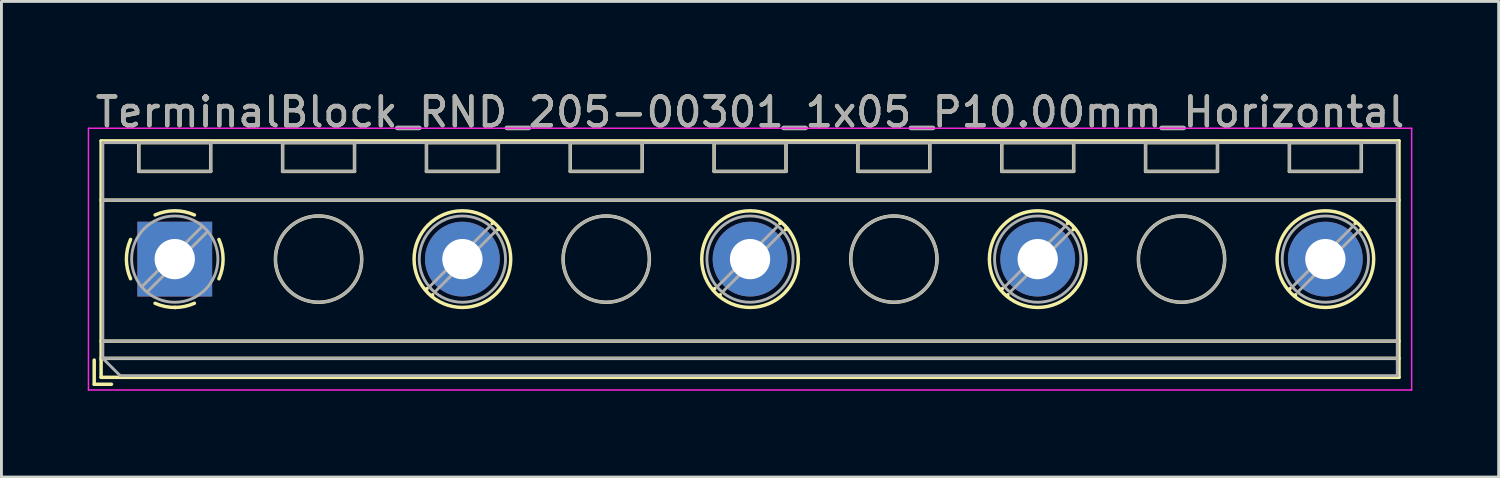
<source format=kicad_pcb>
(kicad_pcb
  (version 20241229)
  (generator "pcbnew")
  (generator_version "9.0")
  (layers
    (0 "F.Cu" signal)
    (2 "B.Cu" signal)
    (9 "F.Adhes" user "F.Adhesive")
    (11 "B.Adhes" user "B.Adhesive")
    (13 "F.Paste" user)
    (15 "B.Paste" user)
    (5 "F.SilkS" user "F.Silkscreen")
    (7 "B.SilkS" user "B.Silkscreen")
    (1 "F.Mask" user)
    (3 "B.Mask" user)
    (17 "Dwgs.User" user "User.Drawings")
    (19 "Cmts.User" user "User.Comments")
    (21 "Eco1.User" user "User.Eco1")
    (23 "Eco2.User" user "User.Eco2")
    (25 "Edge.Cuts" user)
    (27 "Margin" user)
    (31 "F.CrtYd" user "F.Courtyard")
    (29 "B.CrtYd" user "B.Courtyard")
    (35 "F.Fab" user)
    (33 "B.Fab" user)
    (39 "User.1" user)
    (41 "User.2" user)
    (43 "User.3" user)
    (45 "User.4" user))
  (footprint "TerminalBlock_RND_205-00301_1x05_P10.00mm_Horizontal"
    (layer "F.Cu")
    (at 3.025 5.958)
    (property "Reference" "TerminalBlock_RND_205-00301_1x05_P10.00mm_Horizontal" (at 20 -5.11 0) (layer "F.SilkS") (effects (font (size 1 1) (thickness 0.15))))
    (attr through_hole)
    (fp_line (start -2.8 3.51) (end -2.8 4.35) (stroke (width 0.12) (type solid)) (layer "F.SilkS"))
    (fp_line (start -2.8 4.35) (end -2.2 4.35) (stroke (width 0.12) (type solid)) (layer "F.SilkS"))
    (fp_line (start -2.56 -4.11) (end -2.56 4.11) (stroke (width 0.12) (type solid)) (layer "F.SilkS"))
    (fp_line (start -2.56 -4.11) (end 42.56 -4.11) (stroke (width 0.12) (type solid)) (layer "F.SilkS"))
    (fp_line (start -2.56 -2.05) (end 42.56 -2.05) (stroke (width 0.12) (type solid)) (layer "F.SilkS"))
    (fp_line (start -2.56 2.85) (end 42.56 2.85) (stroke (width 0.12) (type solid)) (layer "F.SilkS"))
    (fp_line (start -2.56 3.45) (end 42.56 3.45) (stroke (width 0.12) (type solid)) (layer "F.SilkS"))
    (fp_line (start -2.56 4.11) (end 42.56 4.11) (stroke (width 0.12) (type solid)) (layer "F.SilkS"))
    (fp_line (start -1.25 -4.05) (end -1.25 -3.05) (stroke (width 0.12) (type solid)) (layer "F.SilkS"))
    (fp_line (start -1.25 -4.05) (end 1.25 -4.05) (stroke (width 0.12) (type solid)) (layer "F.SilkS"))
    (fp_line (start -1.25 -3.05) (end 1.25 -3.05) (stroke (width 0.12) (type solid)) (layer "F.SilkS"))
    (fp_line (start 1.25 -4.05) (end 1.25 -3.05) (stroke (width 0.12) (type solid)) (layer "F.SilkS"))
    (fp_line (start 3.75 -4.05) (end 3.75 -3.05) (stroke (width 0.12) (type solid)) (layer "F.SilkS"))
    (fp_line (start 3.75 -4.05) (end 6.25 -4.05) (stroke (width 0.12) (type solid)) (layer "F.SilkS"))
    (fp_line (start 3.75 -3.05) (end 6.25 -3.05) (stroke (width 0.12) (type solid)) (layer "F.SilkS"))
    (fp_line (start 6.25 -4.05) (end 6.25 -3.05) (stroke (width 0.12) (type solid)) (layer "F.SilkS"))
    (fp_line (start 8.75 -4.05) (end 8.75 -3.05) (stroke (width 0.12) (type solid)) (layer "F.SilkS"))
    (fp_line (start 8.75 -4.05) (end 11.25 -4.05) (stroke (width 0.12) (type solid)) (layer "F.SilkS"))
    (fp_line (start 8.75 -3.05) (end 11.25 -3.05) (stroke (width 0.12) (type solid)) (layer "F.SilkS"))
    (fp_line (start 8.773 1.023) (end 8.726 1.069) (stroke (width 0.12) (type solid)) (layer "F.SilkS"))
    (fp_line (start 8.966 1.239) (end 8.931 1.274) (stroke (width 0.12) (type solid)) (layer "F.SilkS"))
    (fp_line (start 11.07 -1.275) (end 11.035 -1.239) (stroke (width 0.12) (type solid)) (layer "F.SilkS"))
    (fp_line (start 11.25 -4.05) (end 11.25 -3.05) (stroke (width 0.12) (type solid)) (layer "F.SilkS"))
    (fp_line (start 11.275 -1.069) (end 11.228 -1.023) (stroke (width 0.12) (type solid)) (layer "F.SilkS"))
    (fp_line (start 13.75 -4.05) (end 13.75 -3.05) (stroke (width 0.12) (type solid)) (layer "F.SilkS"))
    (fp_line (start 13.75 -4.05) (end 16.25 -4.05) (stroke (width 0.12) (type solid)) (layer "F.SilkS"))
    (fp_line (start 13.75 -3.05) (end 16.25 -3.05) (stroke (width 0.12) (type solid)) (layer "F.SilkS"))
    (fp_line (start 16.25 -4.05) (end 16.25 -3.05) (stroke (width 0.12) (type solid)) (layer "F.SilkS"))
    (fp_line (start 18.75 -4.05) (end 18.75 -3.05) (stroke (width 0.12) (type solid)) (layer "F.SilkS"))
    (fp_line (start 18.75 -4.05) (end 21.25 -4.05) (stroke (width 0.12) (type solid)) (layer "F.SilkS"))
    (fp_line (start 18.75 -3.05) (end 21.25 -3.05) (stroke (width 0.12) (type solid)) (layer "F.SilkS"))
    (fp_line (start 18.773 1.023) (end 18.726 1.069) (stroke (width 0.12) (type solid)) (layer "F.SilkS"))
    (fp_line (start 18.966 1.239) (end 18.931 1.274) (stroke (width 0.12) (type solid)) (layer "F.SilkS"))
    (fp_line (start 21.07 -1.275) (end 21.035 -1.239) (stroke (width 0.12) (type solid)) (layer "F.SilkS"))
    (fp_line (start 21.25 -4.05) (end 21.25 -3.05) (stroke (width 0.12) (type solid)) (layer "F.SilkS"))
    (fp_line (start 21.275 -1.069) (end 21.228 -1.023) (stroke (width 0.12) (type solid)) (layer "F.SilkS"))
    (fp_line (start 23.75 -4.05) (end 23.75 -3.05) (stroke (width 0.12) (type solid)) (layer "F.SilkS"))
    (fp_line (start 23.75 -4.05) (end 26.25 -4.05) (stroke (width 0.12) (type solid)) (layer "F.SilkS"))
    (fp_line (start 23.75 -3.05) (end 26.25 -3.05) (stroke (width 0.12) (type solid)) (layer "F.SilkS"))
    (fp_line (start 26.25 -4.05) (end 26.25 -3.05) (stroke (width 0.12) (type solid)) (layer "F.SilkS"))
    (fp_line (start 28.75 -4.05) (end 28.75 -3.05) (stroke (width 0.12) (type solid)) (layer "F.SilkS"))
    (fp_line (start 28.75 -4.05) (end 31.25 -4.05) (stroke (width 0.12) (type solid)) (layer "F.SilkS"))
    (fp_line (start 28.75 -3.05) (end 31.25 -3.05) (stroke (width 0.12) (type solid)) (layer "F.SilkS"))
    (fp_line (start 28.773 1.023) (end 28.726 1.069) (stroke (width 0.12) (type solid)) (layer "F.SilkS"))
    (fp_line (start 28.966 1.239) (end 28.931 1.274) (stroke (width 0.12) (type solid)) (layer "F.SilkS"))
    (fp_line (start 31.07 -1.275) (end 31.035 -1.239) (stroke (width 0.12) (type solid)) (layer "F.SilkS"))
    (fp_line (start 31.25 -4.05) (end 31.25 -3.05) (stroke (width 0.12) (type solid)) (layer "F.SilkS"))
    (fp_line (start 31.275 -1.069) (end 31.228 -1.023) (stroke (width 0.12) (type solid)) (layer "F.SilkS"))
    (fp_line (start 33.75 -4.05) (end 33.75 -3.05) (stroke (width 0.12) (type solid)) (layer "F.SilkS"))
    (fp_line (start 33.75 -4.05) (end 36.25 -4.05) (stroke (width 0.12) (type solid)) (layer "F.SilkS"))
    (fp_line (start 33.75 -3.05) (end 36.25 -3.05) (stroke (width 0.12) (type solid)) (layer "F.SilkS"))
    (fp_line (start 36.25 -4.05) (end 36.25 -3.05) (stroke (width 0.12) (type solid)) (layer "F.SilkS"))
    (fp_line (start 38.75 -4.05) (end 38.75 -3.05) (stroke (width 0.12) (type solid)) (layer "F.SilkS"))
    (fp_line (start 38.75 -4.05) (end 41.25 -4.05) (stroke (width 0.12) (type solid)) (layer "F.SilkS"))
    (fp_line (start 38.75 -3.05) (end 41.25 -3.05) (stroke (width 0.12) (type solid)) (layer "F.SilkS"))
    (fp_line (start 38.773 1.023) (end 38.726 1.069) (stroke (width 0.12) (type solid)) (layer "F.SilkS"))
    (fp_line (start 38.966 1.239) (end 38.931 1.274) (stroke (width 0.12) (type solid)) (layer "F.SilkS"))
    (fp_line (start 41.07 -1.275) (end 41.035 -1.239) (stroke (width 0.12) (type solid)) (layer "F.SilkS"))
    (fp_line (start 41.25 -4.05) (end 41.25 -3.05) (stroke (width 0.12) (type solid)) (layer "F.SilkS"))
    (fp_line (start 41.275 -1.069) (end 41.228 -1.023) (stroke (width 0.12) (type solid)) (layer "F.SilkS"))
    (fp_line (start 42.56 -4.11) (end 42.56 4.11) (stroke (width 0.12) (type solid)) (layer "F.SilkS"))
    (fp_arc (start -1.535427 0.683042) (mid -1.680501 -0.000524) (end -1.535 -0.684) (stroke (width 0.12) (type solid)) (layer "F.SilkS"))
    (fp_arc (start -0.683042 -1.535427) (mid 0.000524 -1.680501) (end 0.684 -1.535) (stroke (width 0.12) (type solid)) (layer "F.SilkS"))
    (fp_arc (start 0.028805 1.680253) (mid -0.335551 1.646659) (end -0.684 1.535) (stroke (width 0.12) (type solid)) (layer "F.SilkS"))
    (fp_arc (start 0.683318 1.534756) (mid 0.349292 1.643288) (end 0 1.68) (stroke (width 0.12) (type solid)) (layer "F.SilkS"))
    (fp_arc (start 1.535427 -0.683042) (mid 1.680501 0.000524) (end 1.535 0.684) (stroke (width 0.12) (type solid)) (layer "F.SilkS"))
    (fp_circle (center 5 0) (end 6.5 0) (stroke (width 0.12) (type solid)) (fill no) (layer "F.SilkS"))
    (fp_circle (center 10 0) (end 11.68 0) (stroke (width 0.12) (type solid)) (fill no) (layer "F.SilkS"))
    (fp_circle (center 15 0) (end 16.5 0) (stroke (width 0.12) (type solid)) (fill no) (layer "F.SilkS"))
    (fp_circle (center 20 0) (end 21.68 0) (stroke (width 0.12) (type solid)) (fill no) (layer "F.SilkS"))
    (fp_circle (center 25 0) (end 26.5 0) (stroke (width 0.12) (type solid)) (fill no) (layer "F.SilkS"))
    (fp_circle (center 30 0) (end 31.68 0) (stroke (width 0.12) (type solid)) (fill no) (layer "F.SilkS"))
    (fp_circle (center 35 0) (end 36.5 0) (stroke (width 0.12) (type solid)) (fill no) (layer "F.SilkS"))
    (fp_circle (center 40 0) (end 41.68 0) (stroke (width 0.12) (type solid)) (fill no) (layer "F.SilkS"))
    (fp_line (start -3 -4.55) (end -3 4.55) (stroke (width 0.05) (type solid)) (layer "F.CrtYd"))
    (fp_line (start -3 4.55) (end 43 4.55) (stroke (width 0.05) (type solid)) (layer "F.CrtYd"))
    (fp_line (start 43 -4.55) (end -3 -4.55) (stroke (width 0.05) (type solid)) (layer "F.CrtYd"))
    (fp_line (start 43 4.55) (end 43 -4.55) (stroke (width 0.05) (type solid)) (layer "F.CrtYd"))
    (fp_line (start -2.5 -4.05) (end 42.5 -4.05) (stroke (width 0.1) (type solid)) (layer "F.Fab"))
    (fp_line (start -2.5 -2.05) (end 42.5 -2.05) (stroke (width 0.1) (type solid)) (layer "F.Fab"))
    (fp_line (start -2.5 2.85) (end 42.5 2.85) (stroke (width 0.1) (type solid)) (layer "F.Fab"))
    (fp_line (start -2.5 3.45) (end -2.5 -4.05) (stroke (width 0.1) (type solid)) (layer "F.Fab"))
    (fp_line (start -2.5 3.45) (end 42.5 3.45) (stroke (width 0.1) (type solid)) (layer "F.Fab"))
    (fp_line (start -1.9 4.05) (end -2.5 3.45) (stroke (width 0.1) (type solid)) (layer "F.Fab"))
    (fp_line (start -1.25 -4.05) (end -1.25 -3.05) (stroke (width 0.1) (type solid)) (layer "F.Fab"))
    (fp_line (start -1.25 -3.05) (end 1.25 -3.05) (stroke (width 0.1) (type solid)) (layer "F.Fab"))
    (fp_line (start 0.955 -1.138) (end -1.138 0.955) (stroke (width 0.1) (type solid)) (layer "F.Fab"))
    (fp_line (start 1.138 -0.955) (end -0.955 1.138) (stroke (width 0.1) (type solid)) (layer "F.Fab"))
    (fp_line (start 1.25 -4.05) (end -1.25 -4.05) (stroke (width 0.1) (type solid)) (layer "F.Fab"))
    (fp_line (start 1.25 -3.05) (end 1.25 -4.05) (stroke (width 0.1) (type solid)) (layer "F.Fab"))
    (fp_line (start 3.75 -4.05) (end 3.75 -3.05) (stroke (width 0.1) (type solid)) (layer "F.Fab"))
    (fp_line (start 3.75 -3.05) (end 6.25 -3.05) (stroke (width 0.1) (type solid)) (layer "F.Fab"))
    (fp_line (start 6.25 -4.05) (end 3.75 -4.05) (stroke (width 0.1) (type solid)) (layer "F.Fab"))
    (fp_line (start 6.25 -3.05) (end 6.25 -4.05) (stroke (width 0.1) (type solid)) (layer "F.Fab"))
    (fp_line (start 8.75 -4.05) (end 8.75 -3.05) (stroke (width 0.1) (type solid)) (layer "F.Fab"))
    (fp_line (start 8.75 -3.05) (end 11.25 -3.05) (stroke (width 0.1) (type solid)) (layer "F.Fab"))
    (fp_line (start 10.955 -1.138) (end 8.863 0.955) (stroke (width 0.1) (type solid)) (layer "F.Fab"))
    (fp_line (start 11.138 -0.955) (end 9.046 1.138) (stroke (width 0.1) (type solid)) (layer "F.Fab"))
    (fp_line (start 11.25 -4.05) (end 8.75 -4.05) (stroke (width 0.1) (type solid)) (layer "F.Fab"))
    (fp_line (start 11.25 -3.05) (end 11.25 -4.05) (stroke (width 0.1) (type solid)) (layer "F.Fab"))
    (fp_line (start 13.75 -4.05) (end 13.75 -3.05) (stroke (width 0.1) (type solid)) (layer "F.Fab"))
    (fp_line (start 13.75 -3.05) (end 16.25 -3.05) (stroke (width 0.1) (type solid)) (layer "F.Fab"))
    (fp_line (start 16.25 -4.05) (end 13.75 -4.05) (stroke (width 0.1) (type solid)) (layer "F.Fab"))
    (fp_line (start 16.25 -3.05) (end 16.25 -4.05) (stroke (width 0.1) (type solid)) (layer "F.Fab"))
    (fp_line (start 18.75 -4.05) (end 18.75 -3.05) (stroke (width 0.1) (type solid)) (layer "F.Fab"))
    (fp_line (start 18.75 -3.05) (end 21.25 -3.05) (stroke (width 0.1) (type solid)) (layer "F.Fab"))
    (fp_line (start 20.955 -1.138) (end 18.863 0.955) (stroke (width 0.1) (type solid)) (layer "F.Fab"))
    (fp_line (start 21.138 -0.955) (end 19.046 1.138) (stroke (width 0.1) (type solid)) (layer "F.Fab"))
    (fp_line (start 21.25 -4.05) (end 18.75 -4.05) (stroke (width 0.1) (type solid)) (layer "F.Fab"))
    (fp_line (start 21.25 -3.05) (end 21.25 -4.05) (stroke (width 0.1) (type solid)) (layer "F.Fab"))
    (fp_line (start 23.75 -4.05) (end 23.75 -3.05) (stroke (width 0.1) (type solid)) (layer "F.Fab"))
    (fp_line (start 23.75 -3.05) (end 26.25 -3.05) (stroke (width 0.1) (type solid)) (layer "F.Fab"))
    (fp_line (start 26.25 -4.05) (end 23.75 -4.05) (stroke (width 0.1) (type solid)) (layer "F.Fab"))
    (fp_line (start 26.25 -3.05) (end 26.25 -4.05) (stroke (width 0.1) (type solid)) (layer "F.Fab"))
    (fp_line (start 28.75 -4.05) (end 28.75 -3.05) (stroke (width 0.1) (type solid)) (layer "F.Fab"))
    (fp_line (start 28.75 -3.05) (end 31.25 -3.05) (stroke (width 0.1) (type solid)) (layer "F.Fab"))
    (fp_line (start 30.955 -1.138) (end 28.863 0.955) (stroke (width 0.1) (type solid)) (layer "F.Fab"))
    (fp_line (start 31.138 -0.955) (end 29.046 1.138) (stroke (width 0.1) (type solid)) (layer "F.Fab"))
    (fp_line (start 31.25 -4.05) (end 28.75 -4.05) (stroke (width 0.1) (type solid)) (layer "F.Fab"))
    (fp_line (start 31.25 -3.05) (end 31.25 -4.05) (stroke (width 0.1) (type solid)) (layer "F.Fab"))
    (fp_line (start 33.75 -4.05) (end 33.75 -3.05) (stroke (width 0.1) (type solid)) (layer "F.Fab"))
    (fp_line (start 33.75 -3.05) (end 36.25 -3.05) (stroke (width 0.1) (type solid)) (layer "F.Fab"))
    (fp_line (start 36.25 -4.05) (end 33.75 -4.05) (stroke (width 0.1) (type solid)) (layer "F.Fab"))
    (fp_line (start 36.25 -3.05) (end 36.25 -4.05) (stroke (width 0.1) (type solid)) (layer "F.Fab"))
    (fp_line (start 38.75 -4.05) (end 38.75 -3.05) (stroke (width 0.1) (type solid)) (layer "F.Fab"))
    (fp_line (start 38.75 -3.05) (end 41.25 -3.05) (stroke (width 0.1) (type solid)) (layer "F.Fab"))
    (fp_line (start 40.955 -1.138) (end 38.863 0.955) (stroke (width 0.1) (type solid)) (layer "F.Fab"))
    (fp_line (start 41.138 -0.955) (end 39.046 1.138) (stroke (width 0.1) (type solid)) (layer "F.Fab"))
    (fp_line (start 41.25 -4.05) (end 38.75 -4.05) (stroke (width 0.1) (type solid)) (layer "F.Fab"))
    (fp_line (start 41.25 -3.05) (end 41.25 -4.05) (stroke (width 0.1) (type solid)) (layer "F.Fab"))
    (fp_line (start 42.5 -4.05) (end 42.5 4.05) (stroke (width 0.1) (type solid)) (layer "F.Fab"))
    (fp_line (start 42.5 4.05) (end -1.9 4.05) (stroke (width 0.1) (type solid)) (layer "F.Fab"))
    (fp_circle (center 0 0) (end 1.5 0) (stroke (width 0.1) (type solid)) (fill no) (layer "F.Fab"))
    (fp_circle (center 5 0) (end 6.5 0) (stroke (width 0.1) (type solid)) (fill no) (layer "F.Fab"))
    (fp_circle (center 10 0) (end 11.5 0) (stroke (width 0.1) (type solid)) (fill no) (layer "F.Fab"))
    (fp_circle (center 15 0) (end 16.5 0) (stroke (width 0.1) (type solid)) (fill no) (layer "F.Fab"))
    (fp_circle (center 20 0) (end 21.5 0) (stroke (width 0.1) (type solid)) (fill no) (layer "F.Fab"))
    (fp_circle (center 25 0) (end 26.5 0) (stroke (width 0.1) (type solid)) (fill no) (layer "F.Fab"))
    (fp_circle (center 30 0) (end 31.5 0) (stroke (width 0.1) (type solid)) (fill no) (layer "F.Fab"))
    (fp_circle (center 35 0) (end 36.5 0) (stroke (width 0.1) (type solid)) (fill no) (layer "F.Fab"))
    (fp_circle (center 40 0) (end 41.5 0) (stroke (width 0.1) (type solid)) (fill no) (layer "F.Fab"))
    (fp_text user "${REFERENCE}" (at 20 -5.11 0) (layer "F.Fab") (effects (font (size 1 1) (thickness 0.15))))
    (pad "1" thru_hole rect (at 0 0) (size 2.6 2.6) (drill 1.4) (layers "*.Cu" "*.Mask"))
    (pad "2" thru_hole circle (at 10 0) (size 2.6 2.6) (drill 1.4) (layers "*.Cu" "*.Mask"))
    (pad "3" thru_hole circle (at 20 0) (size 2.6 2.6) (drill 1.4) (layers "*.Cu" "*.Mask"))
    (pad "4" thru_hole circle (at 30 0) (size 2.6 2.6) (drill 1.4) (layers "*.Cu" "*.Mask"))
    (pad "5" thru_hole circle (at 40 0) (size 2.6 2.6) (drill 1.4) (layers "*.Cu" "*.Mask")))
  (gr_rect
    (start -3 -3)
    (end 49.05 13.533)
    (stroke (width 0.1) (type default))
    (fill no)
    (layer "Edge.Cuts")))
</source>
